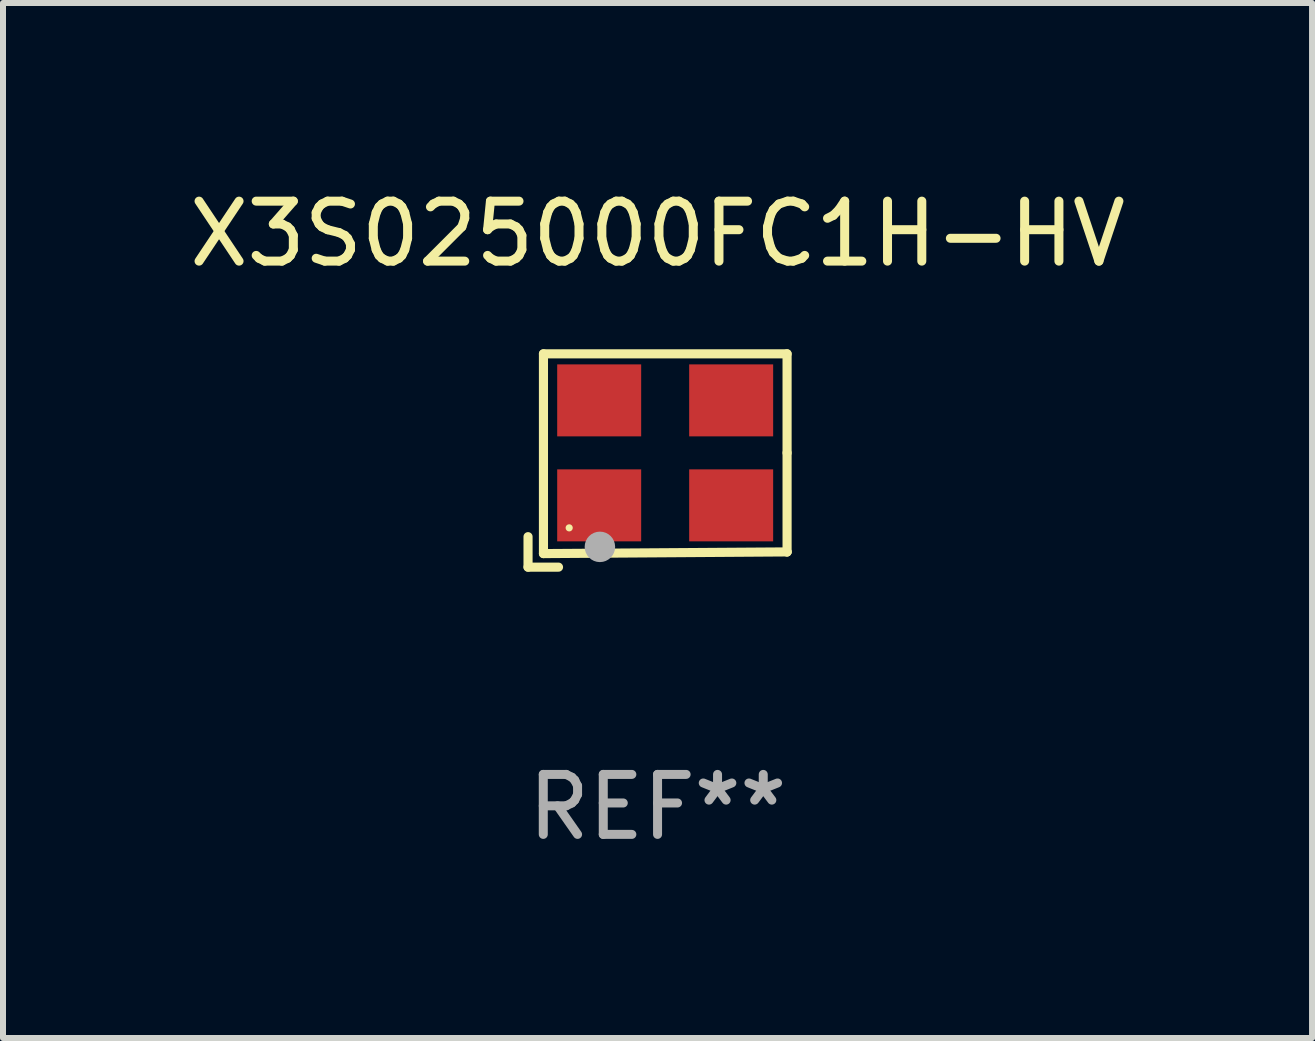
<source format=kicad_pcb>
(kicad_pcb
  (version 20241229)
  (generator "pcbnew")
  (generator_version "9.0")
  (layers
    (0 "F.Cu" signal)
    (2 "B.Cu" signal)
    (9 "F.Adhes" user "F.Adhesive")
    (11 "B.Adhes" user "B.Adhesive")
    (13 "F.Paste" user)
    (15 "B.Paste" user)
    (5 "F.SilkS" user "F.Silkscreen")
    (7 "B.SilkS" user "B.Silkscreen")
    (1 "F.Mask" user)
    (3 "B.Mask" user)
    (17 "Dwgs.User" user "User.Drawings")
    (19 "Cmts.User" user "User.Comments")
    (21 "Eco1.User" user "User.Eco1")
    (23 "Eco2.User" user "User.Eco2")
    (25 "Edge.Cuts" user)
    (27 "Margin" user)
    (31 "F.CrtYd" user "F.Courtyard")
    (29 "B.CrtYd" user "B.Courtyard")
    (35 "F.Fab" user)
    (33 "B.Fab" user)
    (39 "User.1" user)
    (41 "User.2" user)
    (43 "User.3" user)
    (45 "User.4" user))
  (footprint "X3S025000FC1H-HV"
    (layer "F.Cu")
    (at 7.911 4.626)
    (property "Reference" "X3S025000FC1H-HV" (at 0 -3.778 0) (layer "F.SilkS") (effects (font (size 1 1) (thickness 0.15))))
    (attr through_hole)
    (fp_line (start -2.159 1.27) (end -2.159 1.778) (stroke (width 0.152) (type solid)) (layer "F.SilkS"))
    (fp_line (start -2.159 1.778) (end -1.651 1.778) (stroke (width 0.152) (type solid)) (layer "F.SilkS"))
    (fp_line (start -1.902 -1.778) (end 2.159 -1.778) (stroke (width 0.152) (type solid)) (layer "F.SilkS"))
    (fp_line (start -1.902 1.552) (end -1.902 -1.778) (stroke (width 0.152) (type solid)) (layer "F.SilkS"))
    (fp_line (start 2.159 -1.778) (end 2.159 -0.127) (stroke (width 0.152) (type solid)) (layer "F.SilkS"))
    (fp_line (start 2.159 -0.127) (end 2.159 1.524) (stroke (width 0.152) (type solid)) (layer "F.SilkS"))
    (fp_line (start 2.159 1.524) (end -1.902 1.552) (stroke (width 0.152) (type solid)) (layer "F.SilkS"))
    (fp_line (start 2.159 1.524) (end 2.159 1.524) (stroke (width 0.152) (type solid)) (layer "F.SilkS"))
    (fp_circle (center -1.473 1.123) (end -1.443 1.123) (stroke (width 0.06) (type solid)) (fill no) (layer "F.SilkS"))
    (fp_circle (center -0.961 1.44) (end -0.834 1.44) (stroke (width 0.254) (type solid)) (fill no) (layer "F.Fab"))
    (fp_text user "REF**" (at 0 5.778 0) (layer "F.Fab") (effects (font (size 1 1) (thickness 0.15))))
    (pad "1" smd rect (at -0.973 0.748) (size 1.4 1.2) (layers "F.Cu" "F.Mask" "F.Paste"))
    (pad "2" smd rect (at 1.227 0.748) (size 1.4 1.2) (layers "F.Cu" "F.Mask" "F.Paste"))
    (pad "3" smd rect (at 1.227 -1.002) (size 1.4 1.2) (layers "F.Cu" "F.Mask" "F.Paste"))
    (pad "4" smd rect (at -0.973 -1.002) (size 1.4 1.2) (layers "F.Cu" "F.Mask" "F.Paste")))
  (gr_rect
    (start -3 -3)
    (end 18.821 14.253)
    (stroke (width 0.1) (type default))
    (fill no)
    (layer "Edge.Cuts")))
</source>
